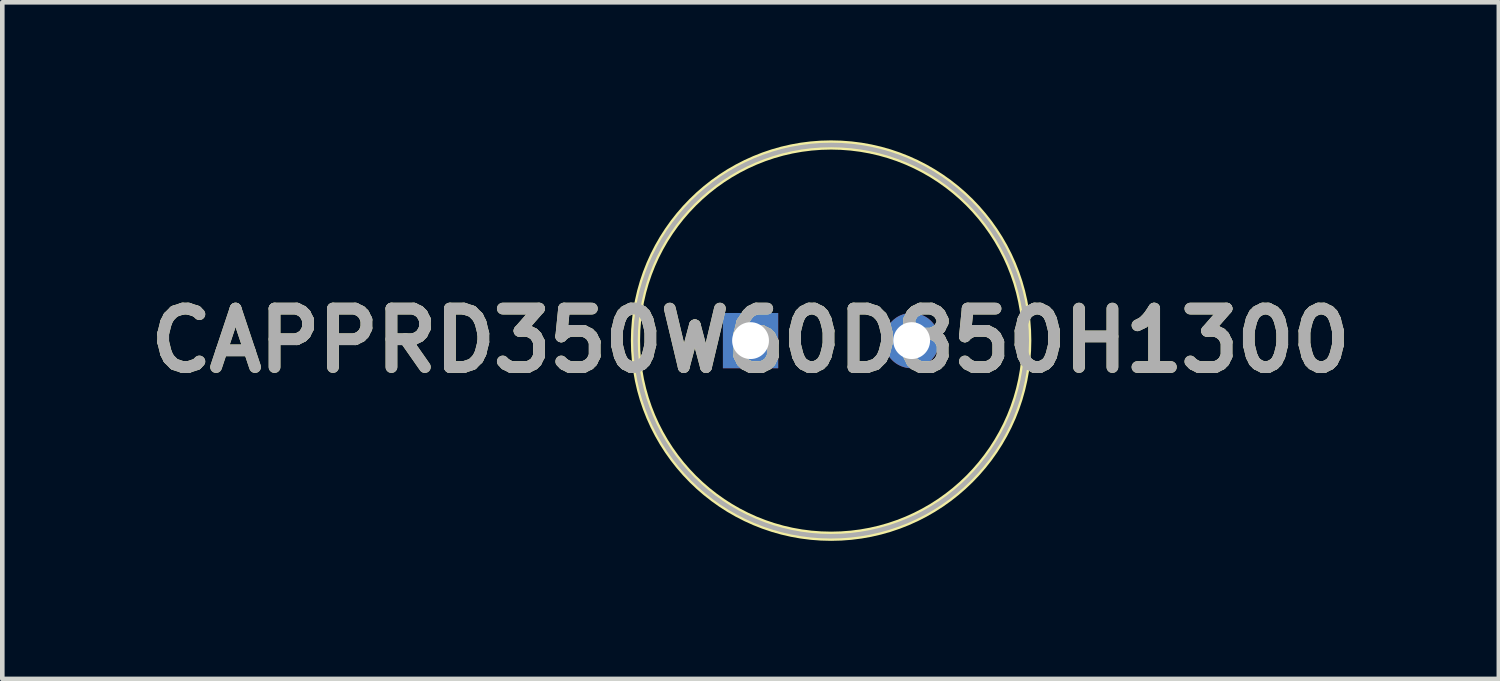
<source format=kicad_pcb>
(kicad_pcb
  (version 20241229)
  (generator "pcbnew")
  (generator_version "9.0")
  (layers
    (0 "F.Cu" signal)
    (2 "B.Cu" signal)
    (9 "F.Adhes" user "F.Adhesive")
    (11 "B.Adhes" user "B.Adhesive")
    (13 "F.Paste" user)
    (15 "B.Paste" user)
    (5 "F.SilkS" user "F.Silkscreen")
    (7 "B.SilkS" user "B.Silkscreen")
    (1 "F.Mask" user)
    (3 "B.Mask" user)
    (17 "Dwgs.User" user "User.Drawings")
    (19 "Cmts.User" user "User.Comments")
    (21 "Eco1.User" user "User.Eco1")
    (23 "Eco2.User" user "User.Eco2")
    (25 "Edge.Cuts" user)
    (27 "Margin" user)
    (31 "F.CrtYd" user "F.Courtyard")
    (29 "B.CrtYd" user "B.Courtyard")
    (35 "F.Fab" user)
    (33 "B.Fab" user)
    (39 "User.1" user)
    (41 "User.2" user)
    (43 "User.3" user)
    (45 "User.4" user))
  (footprint "CAPPRD350W60D850H1300"
    (layer "F.Cu")
    (at 13.256 4.35)
    (property "Reference" "CAPPRD350W60D850H1300" (at 0 0 0) (layer "F.SilkS") (effects (font (size 1.27 1.27) (thickness 0.254))))
    (attr through_hole)
    (fp_circle (center 1.75 0) (end 1.75 4.25) (stroke (width 0.2) (type solid)) (fill no) (layer "F.SilkS"))
    (fp_circle (center 1.75 0) (end 1.75 4.25) (stroke (width 0.1) (type solid)) (fill no) (layer "F.Fab"))
    (fp_text user "${REFERENCE}" (at 0 0 0) (layer "F.Fab") (effects (font (size 1.27 1.27) (thickness 0.254))))
    (pad "1" thru_hole rect (at 0 0) (size 1.2 1.2) (drill 0.8) (layers "*.Cu" "*.Mask"))
    (pad "2" thru_hole circle (at 3.5 0) (size 1.2 1.2) (drill 0.8) (layers "*.Cu" "*.Mask")))
  (gr_rect
    (start -3 -3)
    (end 29.513 11.7)
    (stroke (width 0.1) (type default))
    (fill no)
    (layer "Edge.Cuts")))
</source>
